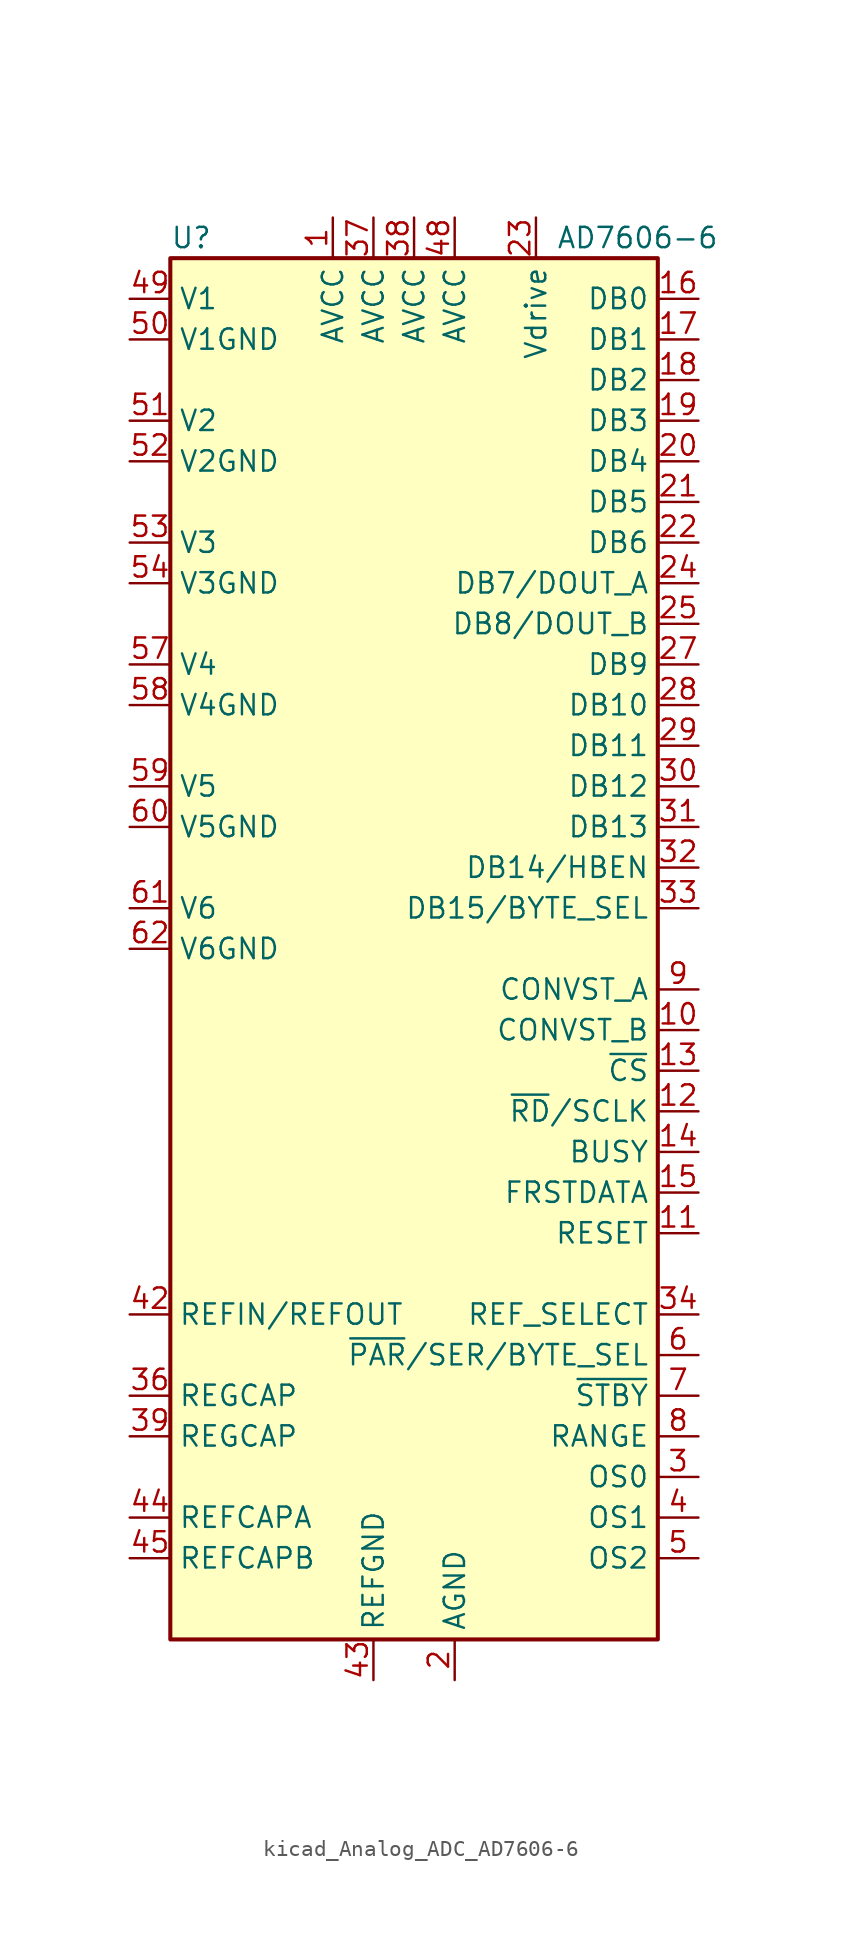
<source format=kicad_sym>
(kicad_symbol_lib
  (version 20220914)
  (generator kicad_symbol_editor)
  (symbol "kicad_Analog_ADC_AD7606-6"
    (property "Reference" "U"
      (at -15.24 44.45 0)
      (effects (font (size 1.27 1.27)) (justify left)))
    (property "Value" "AD7606-6"
      (at 8.89 44.45 0)
      (effects (font (size 1.27 1.27)) (justify left)))
    (symbol "kicad_Analog_ADC_AD7606-6_1_1"
      (rectangle (start -15.24 43.18) (end 15.24 -43.18) (stroke (width 0.254) (type default)) (fill (type background)))
      (pin power_in line (at -5.08 45.72 270) (length 2.54) (name "AVCC" (effects (font (size 1.27 1.27)))) (number "1" (effects (font (size 1.27 1.27)))))
      (pin input line (at 17.78 -5.08 180) (length 2.54) (name "CONVST_B" (effects (font (size 1.27 1.27)))) (number "10" (effects (font (size 1.27 1.27)))))
      (pin input line (at 17.78 -17.78 180) (length 2.54) (name "RESET" (effects (font (size 1.27 1.27)))) (number "11" (effects (font (size 1.27 1.27)))))
      (pin input line (at 17.78 -10.16 180) (length 2.54) (name "~{RD}/SCLK" (effects (font (size 1.27 1.27)))) (number "12" (effects (font (size 1.27 1.27)))))
      (pin input line (at 17.78 -7.62 180) (length 2.54) (name "~{CS}" (effects (font (size 1.27 1.27)))) (number "13" (effects (font (size 1.27 1.27)))))
      (pin output line (at 17.78 -12.7 180) (length 2.54) (name "BUSY" (effects (font (size 1.27 1.27)))) (number "14" (effects (font (size 1.27 1.27)))))
      (pin output line (at 17.78 -15.24 180) (length 2.54) (name "FRSTDATA" (effects (font (size 1.27 1.27)))) (number "15" (effects (font (size 1.27 1.27)))))
      (pin output line (at 17.78 40.64 180) (length 2.54) (name "DB0" (effects (font (size 1.27 1.27)))) (number "16" (effects (font (size 1.27 1.27)))))
      (pin output line (at 17.78 38.1 180) (length 2.54) (name "DB1" (effects (font (size 1.27 1.27)))) (number "17" (effects (font (size 1.27 1.27)))))
      (pin output line (at 17.78 35.56 180) (length 2.54) (name "DB2" (effects (font (size 1.27 1.27)))) (number "18" (effects (font (size 1.27 1.27)))))
      (pin output line (at 17.78 33.02 180) (length 2.54) (name "DB3" (effects (font (size 1.27 1.27)))) (number "19" (effects (font (size 1.27 1.27)))))
      (pin power_in line (at 2.54 -45.72 90) (length 2.54) (name "AGND" (effects (font (size 1.27 1.27)))) (number "2" (effects (font (size 1.27 1.27)))))
      (pin output line (at 17.78 30.48 180) (length 2.54) (name "DB4" (effects (font (size 1.27 1.27)))) (number "20" (effects (font (size 1.27 1.27)))))
      (pin output line (at 17.78 27.94 180) (length 2.54) (name "DB5" (effects (font (size 1.27 1.27)))) (number "21" (effects (font (size 1.27 1.27)))))
      (pin output line (at 17.78 25.4 180) (length 2.54) (name "DB6" (effects (font (size 1.27 1.27)))) (number "22" (effects (font (size 1.27 1.27)))))
      (pin power_in line (at 7.62 45.72 270) (length 2.54) (name "Vdrive" (effects (font (size 1.27 1.27)))) (number "23" (effects (font (size 1.27 1.27)))))
      (pin output line (at 17.78 22.86 180) (length 2.54) (name "DB7/DOUT_A" (effects (font (size 1.27 1.27)))) (number "24" (effects (font (size 1.27 1.27)))))
      (pin output line (at 17.78 20.32 180) (length 2.54) (name "DB8/DOUT_B" (effects (font (size 1.27 1.27)))) (number "25" (effects (font (size 1.27 1.27)))))
      (pin passive line (at 2.54 -45.72 90) (length 2.54) hide (name "AGND" (effects (font (size 1.27 1.27)))) (number "26" (effects (font (size 1.27 1.27)))))
      (pin output line (at 17.78 17.78 180) (length 2.54) (name "DB9" (effects (font (size 1.27 1.27)))) (number "27" (effects (font (size 1.27 1.27)))))
      (pin output line (at 17.78 15.24 180) (length 2.54) (name "DB10" (effects (font (size 1.27 1.27)))) (number "28" (effects (font (size 1.27 1.27)))))
      (pin output line (at 17.78 12.7 180) (length 2.54) (name "DB11" (effects (font (size 1.27 1.27)))) (number "29" (effects (font (size 1.27 1.27)))))
      (pin input line (at 17.78 -33.02 180) (length 2.54) (name "OS0" (effects (font (size 1.27 1.27)))) (number "3" (effects (font (size 1.27 1.27)))))
      (pin output line (at 17.78 10.16 180) (length 2.54) (name "DB12" (effects (font (size 1.27 1.27)))) (number "30" (effects (font (size 1.27 1.27)))))
      (pin output line (at 17.78 7.62 180) (length 2.54) (name "DB13" (effects (font (size 1.27 1.27)))) (number "31" (effects (font (size 1.27 1.27)))))
      (pin bidirectional line (at 17.78 5.08 180) (length 2.54) (name "DB14/HBEN" (effects (font (size 1.27 1.27)))) (number "32" (effects (font (size 1.27 1.27)))))
      (pin bidirectional line (at 17.78 2.54 180) (length 2.54) (name "DB15/BYTE_SEL" (effects (font (size 1.27 1.27)))) (number "33" (effects (font (size 1.27 1.27)))))
      (pin input line (at 17.78 -22.86 180) (length 2.54) (name "REF_SELECT" (effects (font (size 1.27 1.27)))) (number "34" (effects (font (size 1.27 1.27)))))
      (pin passive line (at 2.54 -45.72 90) (length 2.54) hide (name "AGND" (effects (font (size 1.27 1.27)))) (number "35" (effects (font (size 1.27 1.27)))))
      (pin passive line (at -17.78 -27.94 0) (length 2.54) (name "REGCAP" (effects (font (size 1.27 1.27)))) (number "36" (effects (font (size 1.27 1.27)))))
      (pin power_in line (at -2.54 45.72 270) (length 2.54) (name "AVCC" (effects (font (size 1.27 1.27)))) (number "37" (effects (font (size 1.27 1.27)))))
      (pin power_in line (at 0 45.72 270) (length 2.54) (name "AVCC" (effects (font (size 1.27 1.27)))) (number "38" (effects (font (size 1.27 1.27)))))
      (pin passive line (at -17.78 -30.48 0) (length 2.54) (name "REGCAP" (effects (font (size 1.27 1.27)))) (number "39" (effects (font (size 1.27 1.27)))))
      (pin input line (at 17.78 -35.56 180) (length 2.54) (name "OS1" (effects (font (size 1.27 1.27)))) (number "4" (effects (font (size 1.27 1.27)))))
      (pin passive line (at 2.54 -45.72 90) (length 2.54) hide (name "AGND" (effects (font (size 1.27 1.27)))) (number "40" (effects (font (size 1.27 1.27)))))
      (pin passive line (at 2.54 -45.72 90) (length 2.54) hide (name "AGND" (effects (font (size 1.27 1.27)))) (number "41" (effects (font (size 1.27 1.27)))))
      (pin passive line (at -17.78 -22.86 0) (length 2.54) (name "REFIN/REFOUT" (effects (font (size 1.27 1.27)))) (number "42" (effects (font (size 1.27 1.27)))))
      (pin power_in line (at -2.54 -45.72 90) (length 2.54) (name "REFGND" (effects (font (size 1.27 1.27)))) (number "43" (effects (font (size 1.27 1.27)))))
      (pin passive line (at -17.78 -35.56 0) (length 2.54) (name "REFCAPA" (effects (font (size 1.27 1.27)))) (number "44" (effects (font (size 1.27 1.27)))))
      (pin passive line (at -17.78 -38.1 0) (length 2.54) (name "REFCAPB" (effects (font (size 1.27 1.27)))) (number "45" (effects (font (size 1.27 1.27)))))
      (pin passive line (at -2.54 -45.72 90) (length 2.54) hide (name "REFGND" (effects (font (size 1.27 1.27)))) (number "46" (effects (font (size 1.27 1.27)))))
      (pin passive line (at 2.54 -45.72 90) (length 2.54) hide (name "AGND" (effects (font (size 1.27 1.27)))) (number "47" (effects (font (size 1.27 1.27)))))
      (pin power_in line (at 2.54 45.72 270) (length 2.54) (name "AVCC" (effects (font (size 1.27 1.27)))) (number "48" (effects (font (size 1.27 1.27)))))
      (pin input line (at -17.78 40.64 0) (length 2.54) (name "V1" (effects (font (size 1.27 1.27)))) (number "49" (effects (font (size 1.27 1.27)))))
      (pin input line (at 17.78 -38.1 180) (length 2.54) (name "OS2" (effects (font (size 1.27 1.27)))) (number "5" (effects (font (size 1.27 1.27)))))
      (pin input line (at -17.78 38.1 0) (length 2.54) (name "V1GND" (effects (font (size 1.27 1.27)))) (number "50" (effects (font (size 1.27 1.27)))))
      (pin input line (at -17.78 33.02 0) (length 2.54) (name "V2" (effects (font (size 1.27 1.27)))) (number "51" (effects (font (size 1.27 1.27)))))
      (pin input line (at -17.78 30.48 0) (length 2.54) (name "V2GND" (effects (font (size 1.27 1.27)))) (number "52" (effects (font (size 1.27 1.27)))))
      (pin input line (at -17.78 25.4 0) (length 2.54) (name "V3" (effects (font (size 1.27 1.27)))) (number "53" (effects (font (size 1.27 1.27)))))
      (pin input line (at -17.78 22.86 0) (length 2.54) (name "V3GND" (effects (font (size 1.27 1.27)))) (number "54" (effects (font (size 1.27 1.27)))))
      (pin passive line (at 2.54 -45.72 90) (length 2.54) hide (name "AGND" (effects (font (size 1.27 1.27)))) (number "55" (effects (font (size 1.27 1.27)))))
      (pin passive line (at 2.54 -45.72 90) (length 2.54) hide (name "AGND" (effects (font (size 1.27 1.27)))) (number "56" (effects (font (size 1.27 1.27)))))
      (pin input line (at -17.78 17.78 0) (length 2.54) (name "V4" (effects (font (size 1.27 1.27)))) (number "57" (effects (font (size 1.27 1.27)))))
      (pin input line (at -17.78 15.24 0) (length 2.54) (name "V4GND" (effects (font (size 1.27 1.27)))) (number "58" (effects (font (size 1.27 1.27)))))
      (pin input line (at -17.78 10.16 0) (length 2.54) (name "V5" (effects (font (size 1.27 1.27)))) (number "59" (effects (font (size 1.27 1.27)))))
      (pin input line (at 17.78 -25.4 180) (length 2.54) (name "~{PAR}/SER/BYTE_SEL" (effects (font (size 1.27 1.27)))) (number "6" (effects (font (size 1.27 1.27)))))
      (pin input line (at -17.78 7.62 0) (length 2.54) (name "V5GND" (effects (font (size 1.27 1.27)))) (number "60" (effects (font (size 1.27 1.27)))))
      (pin input line (at -17.78 2.54 0) (length 2.54) (name "V6" (effects (font (size 1.27 1.27)))) (number "61" (effects (font (size 1.27 1.27)))))
      (pin input line (at -17.78 0 0) (length 2.54) (name "V6GND" (effects (font (size 1.27 1.27)))) (number "62" (effects (font (size 1.27 1.27)))))
      (pin passive line (at 2.54 -45.72 90) (length 2.54) hide (name "AGND" (effects (font (size 1.27 1.27)))) (number "63" (effects (font (size 1.27 1.27)))))
      (pin passive line (at 2.54 -45.72 90) (length 2.54) hide (name "AGND" (effects (font (size 1.27 1.27)))) (number "64" (effects (font (size 1.27 1.27)))))
      (pin input line (at 17.78 -27.94 180) (length 2.54) (name "~{STBY}" (effects (font (size 1.27 1.27)))) (number "7" (effects (font (size 1.27 1.27)))))
      (pin input line (at 17.78 -30.48 180) (length 2.54) (name "RANGE" (effects (font (size 1.27 1.27)))) (number "8" (effects (font (size 1.27 1.27)))))
      (pin input line (at 17.78 -2.54 180) (length 2.54) (name "CONVST_A" (effects (font (size 1.27 1.27)))) (number "9" (effects (font (size 1.27 1.27))))))))
</source>
